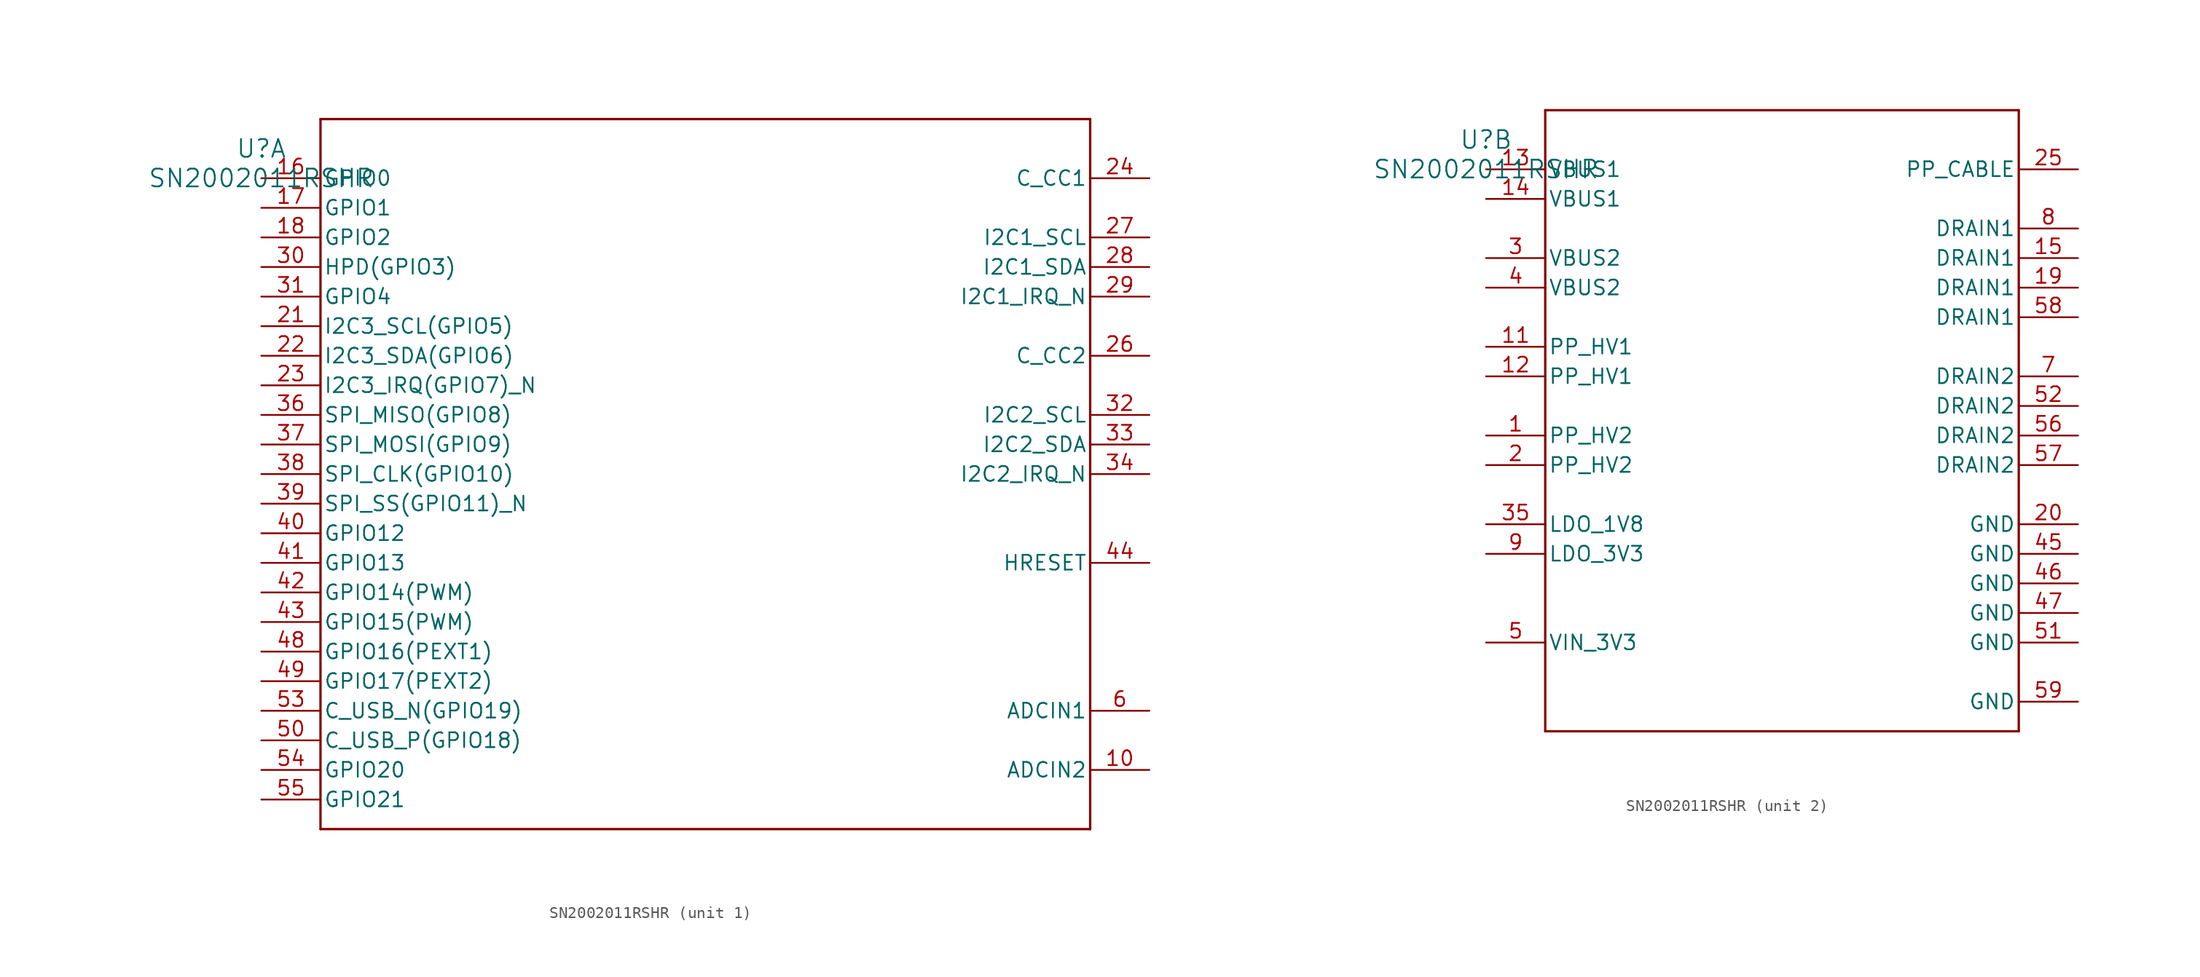
<source format=kicad_sym>
(kicad_symbol_lib
  (version 20211014)
  (generator kicad_symbol_editor)
  (symbol "SN2002011RSHR"
    (pin_names
      (offset 0.254))
    (property "Reference" "U"
      (at 0 2.54 0)
      (effects (font (size 1.524 1.524))))
    (property "Value" "SN2002011RSHR"
      (at 0 0 0)
      (effects (font (size 1.524 1.524))))
    (symbol "SN2002011RSHR_1_1"
      (polyline (pts (xy 5.08 -55.88) (xy 71.12 -55.88)) (stroke (width 0.203) (type default) (color 0 0 0 0)) (fill (type none)))
      (polyline (pts (xy 71.12 -55.88) (xy 71.12 5.08)) (stroke (width 0.203) (type default) (color 0 0 0 0)) (fill (type none)))
      (polyline (pts (xy 71.12 5.08) (xy 5.08 5.08)) (stroke (width 0.203) (type default) (color 0 0 0 0)) (fill (type none)))
      (polyline (pts (xy 5.08 5.08) (xy 5.08 -55.88)) (stroke (width 0.203) (type default) (color 0 0 0 0)) (fill (type none)))
      (pin unspecified line (at 76.2 -45.72 180) (length 5.08) (name "ADCIN1" (effects (font (size 1.27 1.27)))) (number "6" (effects (font (size 1.27 1.27)))))
      (pin unspecified line (at 76.2 -50.8 180) (length 5.08) (name "ADCIN2" (effects (font (size 1.27 1.27)))) (number "10" (effects (font (size 1.27 1.27)))))
      (pin bidirectional line (at 0 0 0) (length 5.08) (name "GPIO0" (effects (font (size 1.27 1.27)))) (number "16" (effects (font (size 1.27 1.27)))))
      (pin bidirectional line (at 0 -2.54 0) (length 5.08) (name "GPIO1" (effects (font (size 1.27 1.27)))) (number "17" (effects (font (size 1.27 1.27)))))
      (pin bidirectional line (at 0 -5.08 0) (length 5.08) (name "GPIO2" (effects (font (size 1.27 1.27)))) (number "18" (effects (font (size 1.27 1.27)))))
      (pin bidirectional line (at 0 -12.7 0) (length 5.08) (name "I2C3_SCL(GPIO5)" (effects (font (size 1.27 1.27)))) (number "21" (effects (font (size 1.27 1.27)))))
      (pin bidirectional line (at 0 -15.24 0) (length 5.08) (name "I2C3_SDA(GPIO6)" (effects (font (size 1.27 1.27)))) (number "22" (effects (font (size 1.27 1.27)))))
      (pin bidirectional line (at 0 -17.78 0) (length 5.08) (name "I2C3_IRQ(GPIO7)_N" (effects (font (size 1.27 1.27)))) (number "23" (effects (font (size 1.27 1.27)))))
      (pin tri_state line (at 76.2 0 180) (length 5.08) (name "C_CC1" (effects (font (size 1.27 1.27)))) (number "24" (effects (font (size 1.27 1.27)))))
      (pin tri_state line (at 76.2 -15.24 180) (length 5.08) (name "C_CC2" (effects (font (size 1.27 1.27)))) (number "26" (effects (font (size 1.27 1.27)))))
      (pin bidirectional line (at 76.2 -5.08 180) (length 5.08) (name "I2C1_SCL" (effects (font (size 1.27 1.27)))) (number "27" (effects (font (size 1.27 1.27)))))
      (pin bidirectional line (at 76.2 -7.62 180) (length 5.08) (name "I2C1_SDA" (effects (font (size 1.27 1.27)))) (number "28" (effects (font (size 1.27 1.27)))))
      (pin output line (at 76.2 -10.16 180) (length 5.08) (name "I2C1_IRQ_N" (effects (font (size 1.27 1.27)))) (number "29" (effects (font (size 1.27 1.27)))))
      (pin bidirectional line (at 0 -7.62 0) (length 5.08) (name "HPD(GPIO3)" (effects (font (size 1.27 1.27)))) (number "30" (effects (font (size 1.27 1.27)))))
      (pin bidirectional line (at 0 -10.16 0) (length 5.08) (name "GPIO4" (effects (font (size 1.27 1.27)))) (number "31" (effects (font (size 1.27 1.27)))))
      (pin bidirectional line (at 76.2 -20.32 180) (length 5.08) (name "I2C2_SCL" (effects (font (size 1.27 1.27)))) (number "32" (effects (font (size 1.27 1.27)))))
      (pin bidirectional line (at 76.2 -22.86 180) (length 5.08) (name "I2C2_SDA" (effects (font (size 1.27 1.27)))) (number "33" (effects (font (size 1.27 1.27)))))
      (pin output line (at 76.2 -25.4 180) (length 5.08) (name "I2C2_IRQ_N" (effects (font (size 1.27 1.27)))) (number "34" (effects (font (size 1.27 1.27)))))
      (pin bidirectional line (at 0 -20.32 0) (length 5.08) (name "SPI_MISO(GPIO8)" (effects (font (size 1.27 1.27)))) (number "36" (effects (font (size 1.27 1.27)))))
      (pin bidirectional line (at 0 -22.86 0) (length 5.08) (name "SPI_MOSI(GPIO9)" (effects (font (size 1.27 1.27)))) (number "37" (effects (font (size 1.27 1.27)))))
      (pin bidirectional line (at 0 -25.4 0) (length 5.08) (name "SPI_CLK(GPIO10)" (effects (font (size 1.27 1.27)))) (number "38" (effects (font (size 1.27 1.27)))))
      (pin bidirectional line (at 0 -27.94 0) (length 5.08) (name "SPI_SS(GPIO11)_N" (effects (font (size 1.27 1.27)))) (number "39" (effects (font (size 1.27 1.27)))))
      (pin bidirectional line (at 0 -30.48 0) (length 5.08) (name "GPIO12" (effects (font (size 1.27 1.27)))) (number "40" (effects (font (size 1.27 1.27)))))
      (pin bidirectional line (at 0 -33.02 0) (length 5.08) (name "GPIO13" (effects (font (size 1.27 1.27)))) (number "41" (effects (font (size 1.27 1.27)))))
      (pin bidirectional line (at 0 -35.56 0) (length 5.08) (name "GPIO14(PWM)" (effects (font (size 1.27 1.27)))) (number "42" (effects (font (size 1.27 1.27)))))
      (pin bidirectional line (at 0 -38.1 0) (length 5.08) (name "GPIO15(PWM)" (effects (font (size 1.27 1.27)))) (number "43" (effects (font (size 1.27 1.27)))))
      (pin input line (at 76.2 -33.02 180) (length 5.08) (name "HRESET" (effects (font (size 1.27 1.27)))) (number "44" (effects (font (size 1.27 1.27)))))
      (pin bidirectional line (at 0 -40.64 0) (length 5.08) (name "GPIO16(PEXT1)" (effects (font (size 1.27 1.27)))) (number "48" (effects (font (size 1.27 1.27)))))
      (pin bidirectional line (at 0 -43.18 0) (length 5.08) (name "GPIO17(PEXT2)" (effects (font (size 1.27 1.27)))) (number "49" (effects (font (size 1.27 1.27)))))
      (pin bidirectional line (at 0 -48.26 0) (length 5.08) (name "C_USB_P(GPIO18)" (effects (font (size 1.27 1.27)))) (number "50" (effects (font (size 1.27 1.27)))))
      (pin bidirectional line (at 0 -45.72 0) (length 5.08) (name "C_USB_N(GPIO19)" (effects (font (size 1.27 1.27)))) (number "53" (effects (font (size 1.27 1.27)))))
      (pin bidirectional line (at 0 -50.8 0) (length 5.08) (name "GPIO20" (effects (font (size 1.27 1.27)))) (number "54" (effects (font (size 1.27 1.27)))))
      (pin bidirectional line (at 0 -53.34 0) (length 5.08) (name "GPIO21" (effects (font (size 1.27 1.27)))) (number "55" (effects (font (size 1.27 1.27))))))
    (symbol "SN2002011RSHR_2_1"
      (polyline (pts (xy 5.08 -48.26) (xy 45.72 -48.26)) (stroke (width 0.203) (type default) (color 0 0 0 0)) (fill (type none)))
      (polyline (pts (xy 45.72 -48.26) (xy 45.72 5.08)) (stroke (width 0.203) (type default) (color 0 0 0 0)) (fill (type none)))
      (polyline (pts (xy 45.72 5.08) (xy 5.08 5.08)) (stroke (width 0.203) (type default) (color 0 0 0 0)) (fill (type none)))
      (polyline (pts (xy 5.08 5.08) (xy 5.08 -48.26)) (stroke (width 0.203) (type default) (color 0 0 0 0)) (fill (type none)))
      (pin power_in line (at 0 -22.86 0) (length 5.08) (name "PP_HV2" (effects (font (size 1.27 1.27)))) (number "1" (effects (font (size 1.27 1.27)))))
      (pin power_in line (at 0 -25.4 0) (length 5.08) (name "PP_HV2" (effects (font (size 1.27 1.27)))) (number "2" (effects (font (size 1.27 1.27)))))
      (pin power_in line (at 0 -7.62 0) (length 5.08) (name "VBUS2" (effects (font (size 1.27 1.27)))) (number "3" (effects (font (size 1.27 1.27)))))
      (pin power_in line (at 0 -10.16 0) (length 5.08) (name "VBUS2" (effects (font (size 1.27 1.27)))) (number "4" (effects (font (size 1.27 1.27)))))
      (pin power_in line (at 0 -40.64 0) (length 5.08) (name "VIN_3V3" (effects (font (size 1.27 1.27)))) (number "5" (effects (font (size 1.27 1.27)))))
      (pin unspecified line (at 50.8 -17.78 180) (length 5.08) (name "DRAIN2" (effects (font (size 1.27 1.27)))) (number "7" (effects (font (size 1.27 1.27)))))
      (pin unspecified line (at 50.8 -5.08 180) (length 5.08) (name "DRAIN1" (effects (font (size 1.27 1.27)))) (number "8" (effects (font (size 1.27 1.27)))))
      (pin power_in line (at 0 -33.02 0) (length 5.08) (name "LDO_3V3" (effects (font (size 1.27 1.27)))) (number "9" (effects (font (size 1.27 1.27)))))
      (pin power_in line (at 0 -15.24 0) (length 5.08) (name "PP_HV1" (effects (font (size 1.27 1.27)))) (number "11" (effects (font (size 1.27 1.27)))))
      (pin power_in line (at 0 -17.78 0) (length 5.08) (name "PP_HV1" (effects (font (size 1.27 1.27)))) (number "12" (effects (font (size 1.27 1.27)))))
      (pin power_in line (at 0 0 0) (length 5.08) (name "VBUS1" (effects (font (size 1.27 1.27)))) (number "13" (effects (font (size 1.27 1.27)))))
      (pin power_in line (at 0 -2.54 0) (length 5.08) (name "VBUS1" (effects (font (size 1.27 1.27)))) (number "14" (effects (font (size 1.27 1.27)))))
      (pin unspecified line (at 50.8 -7.62 180) (length 5.08) (name "DRAIN1" (effects (font (size 1.27 1.27)))) (number "15" (effects (font (size 1.27 1.27)))))
      (pin unspecified line (at 50.8 -10.16 180) (length 5.08) (name "DRAIN1" (effects (font (size 1.27 1.27)))) (number "19" (effects (font (size 1.27 1.27)))))
      (pin power_in line (at 50.8 -30.48 180) (length 5.08) (name "GND" (effects (font (size 1.27 1.27)))) (number "20" (effects (font (size 1.27 1.27)))))
      (pin power_in line (at 50.8 0 180) (length 5.08) (name "PP_CABLE" (effects (font (size 1.27 1.27)))) (number "25" (effects (font (size 1.27 1.27)))))
      (pin power_in line (at 0 -30.48 0) (length 5.08) (name "LDO_1V8" (effects (font (size 1.27 1.27)))) (number "35" (effects (font (size 1.27 1.27)))))
      (pin power_in line (at 50.8 -33.02 180) (length 5.08) (name "GND" (effects (font (size 1.27 1.27)))) (number "45" (effects (font (size 1.27 1.27)))))
      (pin power_in line (at 50.8 -35.56 180) (length 5.08) (name "GND" (effects (font (size 1.27 1.27)))) (number "46" (effects (font (size 1.27 1.27)))))
      (pin power_in line (at 50.8 -38.1 180) (length 5.08) (name "GND" (effects (font (size 1.27 1.27)))) (number "47" (effects (font (size 1.27 1.27)))))
      (pin power_in line (at 50.8 -40.64 180) (length 5.08) (name "GND" (effects (font (size 1.27 1.27)))) (number "51" (effects (font (size 1.27 1.27)))))
      (pin unspecified line (at 50.8 -20.32 180) (length 5.08) (name "DRAIN2" (effects (font (size 1.27 1.27)))) (number "52" (effects (font (size 1.27 1.27)))))
      (pin unspecified line (at 50.8 -22.86 180) (length 5.08) (name "DRAIN2" (effects (font (size 1.27 1.27)))) (number "56" (effects (font (size 1.27 1.27)))))
      (pin unspecified line (at 50.8 -25.4 180) (length 5.08) (name "DRAIN2" (effects (font (size 1.27 1.27)))) (number "57" (effects (font (size 1.27 1.27)))))
      (pin unspecified line (at 50.8 -12.7 180) (length 5.08) (name "DRAIN1" (effects (font (size 1.27 1.27)))) (number "58" (effects (font (size 1.27 1.27)))))
      (pin power_in line (at 50.8 -45.72 180) (length 5.08) (name "GND" (effects (font (size 1.27 1.27)))) (number "59" (effects (font (size 1.27 1.27))))))))
</source>
